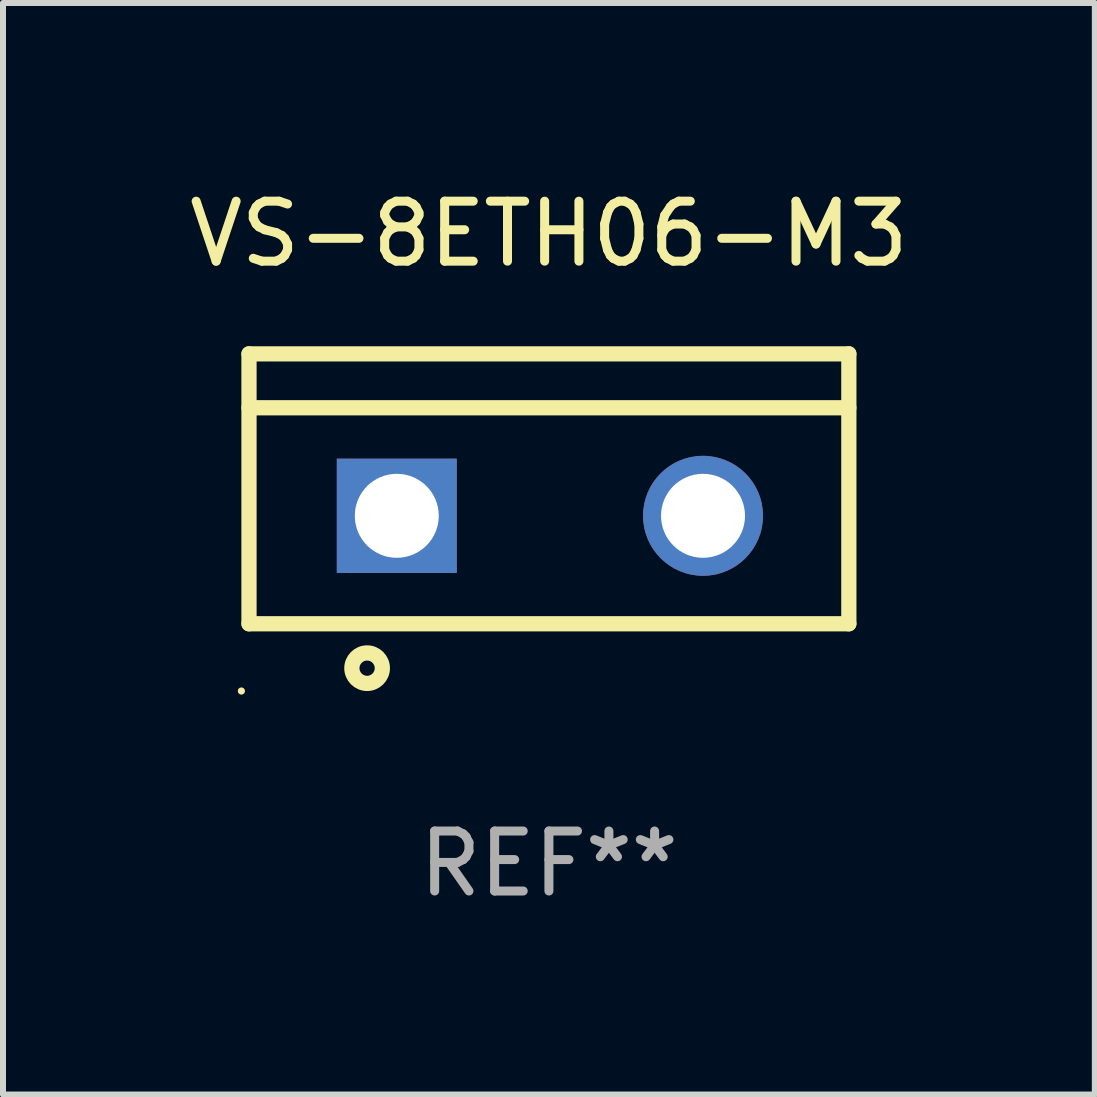
<source format=kicad_pcb>
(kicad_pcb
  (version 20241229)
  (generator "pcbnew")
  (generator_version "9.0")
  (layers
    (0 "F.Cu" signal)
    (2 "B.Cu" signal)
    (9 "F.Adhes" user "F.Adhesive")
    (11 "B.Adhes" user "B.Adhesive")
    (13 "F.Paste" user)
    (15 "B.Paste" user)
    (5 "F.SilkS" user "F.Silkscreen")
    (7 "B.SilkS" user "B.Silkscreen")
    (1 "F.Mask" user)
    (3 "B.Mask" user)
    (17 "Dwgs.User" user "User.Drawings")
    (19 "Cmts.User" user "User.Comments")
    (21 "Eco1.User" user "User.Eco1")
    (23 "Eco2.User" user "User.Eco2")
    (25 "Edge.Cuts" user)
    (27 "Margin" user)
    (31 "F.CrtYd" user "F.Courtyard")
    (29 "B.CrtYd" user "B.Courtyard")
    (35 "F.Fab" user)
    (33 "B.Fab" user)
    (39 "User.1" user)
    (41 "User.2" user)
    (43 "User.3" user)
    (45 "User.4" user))
  (footprint "VS-8ETH06-M3"
    (layer "F.Cu")
    (at 6.101 5.099)
    (property "Reference" "VS-8ETH06-M3" (at 0 -4.25 0) (layer "F.SilkS") (effects (font (size 1 1) (thickness 0.15))))
    (attr through_hole)
    (fp_line (start -5 -2.25) (end 5 -2.25) (stroke (width 0.254) (type solid)) (layer "F.SilkS"))
    (fp_line (start -5 -1.351) (end 5 -1.351) (stroke (width 0.254) (type solid)) (layer "F.SilkS"))
    (fp_line (start -5 2.25) (end -5 -2.25) (stroke (width 0.254) (type solid)) (layer "F.SilkS"))
    (fp_line (start -5 2.25) (end 5 2.25) (stroke (width 0.254) (type solid)) (layer "F.SilkS"))
    (fp_line (start 5 2.25) (end 5 -2.25) (stroke (width 0.254) (type solid)) (layer "F.SilkS"))
    (fp_circle (center -5.127 3.371) (end -5.097 3.371) (stroke (width 0.06) (type solid)) (fill no) (layer "F.SilkS"))
    (fp_circle (center -3.031 2.99) (end -2.777 2.99) (stroke (width 0.254) (type solid)) (fill no) (layer "F.SilkS"))
    (fp_text user "REF**" (at 0 6.25 0) (layer "F.Fab") (effects (font (size 1 1) (thickness 0.15))))
    (pad "1" thru_hole rect (at -2.536 0.45 90) (size 1.905 2) (drill 1.4) (layers "*.Cu" "*.Mask"))
    (pad "3" thru_hole circle (at 2.569 0.45) (size 2 2) (drill 1.4) (layers "*.Cu" "*.Mask")))
  (gr_rect
    (start -3 -3)
    (end 15.202 15.197)
    (stroke (width 0.1) (type default))
    (fill no)
    (layer "Edge.Cuts")))
</source>
